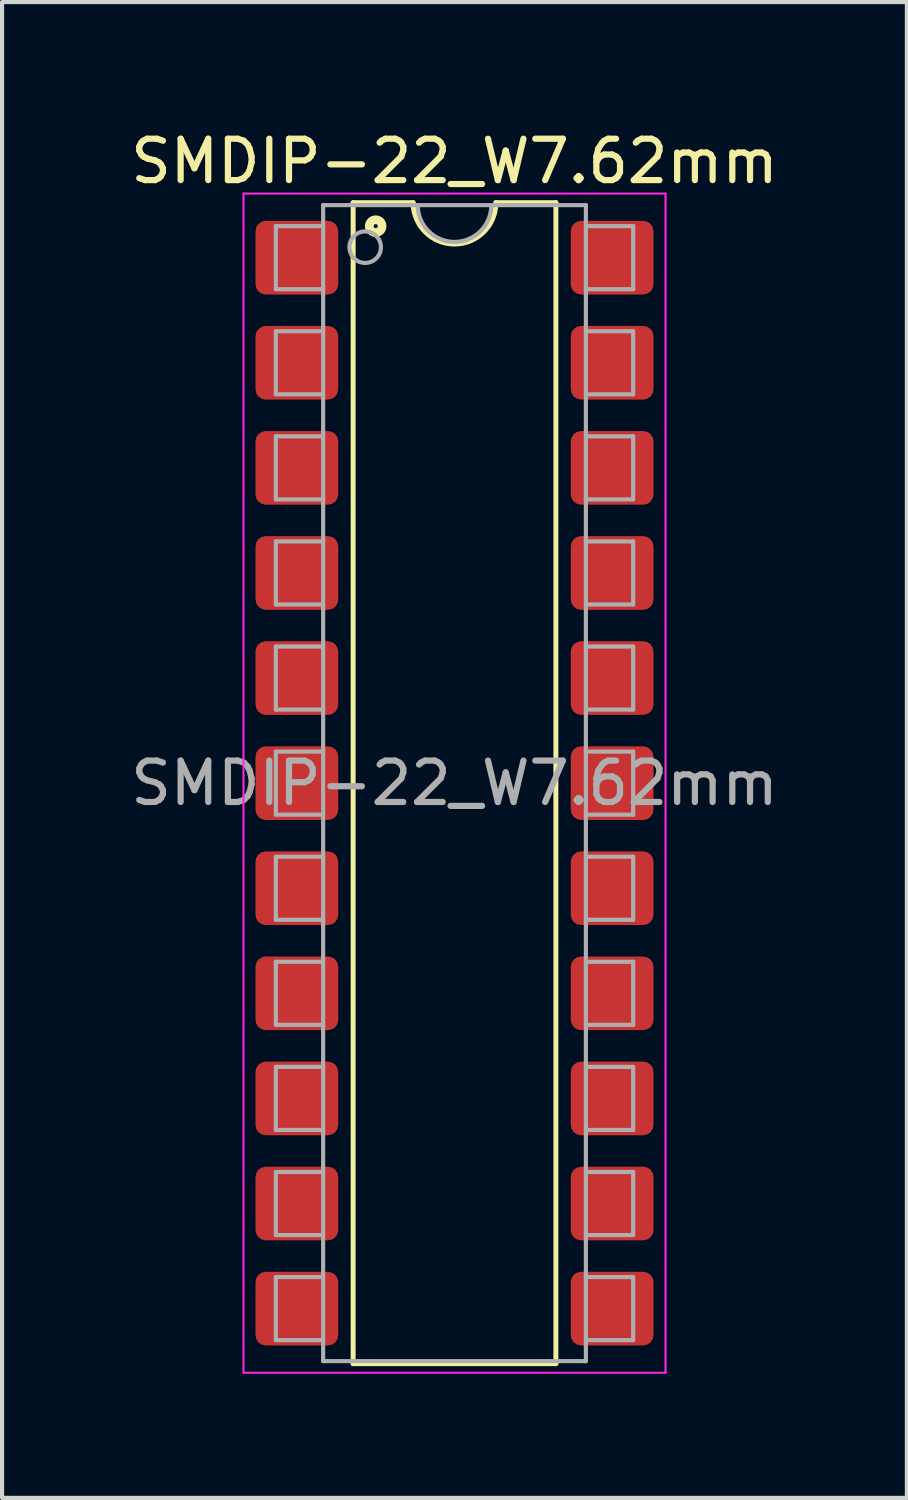
<source format=kicad_pcb>
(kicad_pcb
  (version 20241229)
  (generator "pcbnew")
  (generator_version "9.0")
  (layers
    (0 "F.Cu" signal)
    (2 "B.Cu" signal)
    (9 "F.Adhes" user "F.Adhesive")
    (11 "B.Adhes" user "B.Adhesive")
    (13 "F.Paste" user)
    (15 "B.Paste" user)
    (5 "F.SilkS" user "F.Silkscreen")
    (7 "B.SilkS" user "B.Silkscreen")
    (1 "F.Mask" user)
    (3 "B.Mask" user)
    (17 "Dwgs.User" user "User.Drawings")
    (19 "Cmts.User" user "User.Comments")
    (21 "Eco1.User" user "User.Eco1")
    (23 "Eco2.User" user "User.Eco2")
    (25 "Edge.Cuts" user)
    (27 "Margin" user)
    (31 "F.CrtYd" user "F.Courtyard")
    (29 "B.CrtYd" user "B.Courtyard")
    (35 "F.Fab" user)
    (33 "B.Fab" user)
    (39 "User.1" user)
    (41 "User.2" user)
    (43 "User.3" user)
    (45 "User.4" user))
  (footprint "SMDIP-22_W7.62mm"
    (layer "F.Cu")
    (at 7.935 15.878)
    (property "Reference" "SMDIP-22_W7.62mm" (at 0 -15.03 0) (layer "F.SilkS") (effects (font (size 1 1) (thickness 0.15))))
    (attr smd)
    (fp_line (start -2.45 -14.03) (end -2.45 14.03) (stroke (width 0.12) (type solid)) (layer "F.SilkS"))
    (fp_line (start -2.45 14.03) (end 2.45 14.03) (stroke (width 0.12) (type solid)) (layer "F.SilkS"))
    (fp_line (start -1 -14.03) (end -2.45 -14.03) (stroke (width 0.12) (type solid)) (layer "F.SilkS"))
    (fp_line (start 2.45 -14.03) (end 1 -14.03) (stroke (width 0.12) (type solid)) (layer "F.SilkS"))
    (fp_line (start 2.45 14.03) (end 2.45 -14.03) (stroke (width 0.12) (type solid)) (layer "F.SilkS"))
    (fp_arc (start 1 -14.03) (mid 0 -13.03) (end -1 -14.03) (stroke (width 0.12) (type solid)) (layer "F.SilkS"))
    (fp_circle (center -1.905 -13.462) (end -1.855 -13.462) (stroke (width 0.12) (type solid)) (fill no) (layer "F.SilkS"))
    (fp_circle (center -1.905 -13.462) (end -1.78 -13.462) (stroke (width 0.12) (type solid)) (fill no) (layer "F.SilkS"))
    (fp_circle (center -1.905 -13.462) (end -1.705 -13.462) (stroke (width 0.12) (type solid)) (fill no) (layer "F.SilkS"))
    (fp_line (start -5.1 -14.25) (end -5.1 14.25) (stroke (width 0.05) (type solid)) (layer "F.CrtYd"))
    (fp_line (start -5.1 14.25) (end 5.1 14.25) (stroke (width 0.05) (type solid)) (layer "F.CrtYd"))
    (fp_line (start 5.1 -14.25) (end -5.1 -14.25) (stroke (width 0.05) (type solid)) (layer "F.CrtYd"))
    (fp_line (start 5.1 14.25) (end 5.1 -14.25) (stroke (width 0.05) (type solid)) (layer "F.CrtYd"))
    (fp_line (start -4.318 -13.462) (end -4.318 -11.938) (stroke (width 0.1) (type solid)) (layer "F.Fab"))
    (fp_line (start -4.318 -13.462) (end -3.175 -13.462) (stroke (width 0.1) (type solid)) (layer "F.Fab"))
    (fp_line (start -4.318 -11.938) (end -3.175 -11.938) (stroke (width 0.1) (type solid)) (layer "F.Fab"))
    (fp_line (start -4.318 -10.922) (end -4.318 -9.398) (stroke (width 0.1) (type solid)) (layer "F.Fab"))
    (fp_line (start -4.318 -10.922) (end -3.175 -10.922) (stroke (width 0.1) (type solid)) (layer "F.Fab"))
    (fp_line (start -4.318 -9.398) (end -3.175 -9.398) (stroke (width 0.1) (type solid)) (layer "F.Fab"))
    (fp_line (start -4.318 -8.382) (end -4.318 -6.858) (stroke (width 0.1) (type solid)) (layer "F.Fab"))
    (fp_line (start -4.318 -8.382) (end -3.175 -8.382) (stroke (width 0.1) (type solid)) (layer "F.Fab"))
    (fp_line (start -4.318 -6.858) (end -3.175 -6.858) (stroke (width 0.1) (type solid)) (layer "F.Fab"))
    (fp_line (start -4.318 -5.842) (end -4.318 -4.318) (stroke (width 0.1) (type solid)) (layer "F.Fab"))
    (fp_line (start -4.318 -5.842) (end -3.175 -5.842) (stroke (width 0.1) (type solid)) (layer "F.Fab"))
    (fp_line (start -4.318 -4.318) (end -3.175 -4.318) (stroke (width 0.1) (type solid)) (layer "F.Fab"))
    (fp_line (start -4.318 -3.302) (end -4.318 -1.778) (stroke (width 0.1) (type solid)) (layer "F.Fab"))
    (fp_line (start -4.318 -3.302) (end -3.175 -3.302) (stroke (width 0.1) (type solid)) (layer "F.Fab"))
    (fp_line (start -4.318 -1.778) (end -3.175 -1.778) (stroke (width 0.1) (type solid)) (layer "F.Fab"))
    (fp_line (start -4.318 -0.762) (end -4.318 0.762) (stroke (width 0.1) (type solid)) (layer "F.Fab"))
    (fp_line (start -4.318 -0.762) (end -3.175 -0.762) (stroke (width 0.1) (type solid)) (layer "F.Fab"))
    (fp_line (start -4.318 0.762) (end -3.175 0.762) (stroke (width 0.1) (type solid)) (layer "F.Fab"))
    (fp_line (start -4.318 1.778) (end -4.318 3.302) (stroke (width 0.1) (type solid)) (layer "F.Fab"))
    (fp_line (start -4.318 1.778) (end -3.175 1.778) (stroke (width 0.1) (type solid)) (layer "F.Fab"))
    (fp_line (start -4.318 3.302) (end -3.175 3.302) (stroke (width 0.1) (type solid)) (layer "F.Fab"))
    (fp_line (start -4.318 4.318) (end -4.318 5.842) (stroke (width 0.1) (type solid)) (layer "F.Fab"))
    (fp_line (start -4.318 4.318) (end -3.175 4.318) (stroke (width 0.1) (type solid)) (layer "F.Fab"))
    (fp_line (start -4.318 5.842) (end -3.175 5.842) (stroke (width 0.1) (type solid)) (layer "F.Fab"))
    (fp_line (start -4.318 6.858) (end -4.318 8.382) (stroke (width 0.1) (type solid)) (layer "F.Fab"))
    (fp_line (start -4.318 6.858) (end -3.175 6.858) (stroke (width 0.1) (type solid)) (layer "F.Fab"))
    (fp_line (start -4.318 8.382) (end -3.175 8.382) (stroke (width 0.1) (type solid)) (layer "F.Fab"))
    (fp_line (start -4.318 9.398) (end -4.318 10.922) (stroke (width 0.1) (type solid)) (layer "F.Fab"))
    (fp_line (start -4.318 9.398) (end -3.175 9.398) (stroke (width 0.1) (type solid)) (layer "F.Fab"))
    (fp_line (start -4.318 10.922) (end -3.175 10.922) (stroke (width 0.1) (type solid)) (layer "F.Fab"))
    (fp_line (start -4.318 11.938) (end -4.318 13.462) (stroke (width 0.1) (type solid)) (layer "F.Fab"))
    (fp_line (start -4.318 11.938) (end -3.175 11.938) (stroke (width 0.1) (type solid)) (layer "F.Fab"))
    (fp_line (start -4.318 13.462) (end -3.175 13.462) (stroke (width 0.1) (type solid)) (layer "F.Fab"))
    (fp_line (start -3.175 -13.97) (end 3.175 -13.97) (stroke (width 0.1) (type solid)) (layer "F.Fab"))
    (fp_line (start -3.175 13.97) (end -3.175 -13.97) (stroke (width 0.1) (type solid)) (layer "F.Fab"))
    (fp_line (start 3.175 -13.97) (end 3.175 13.97) (stroke (width 0.1) (type solid)) (layer "F.Fab"))
    (fp_line (start 3.175 13.97) (end -3.175 13.97) (stroke (width 0.1) (type solid)) (layer "F.Fab"))
    (fp_line (start 4.318 -13.462) (end 3.175 -13.462) (stroke (width 0.1) (type solid)) (layer "F.Fab"))
    (fp_line (start 4.318 -11.938) (end 3.175 -11.938) (stroke (width 0.1) (type solid)) (layer "F.Fab"))
    (fp_line (start 4.318 -11.938) (end 4.318 -13.462) (stroke (width 0.1) (type solid)) (layer "F.Fab"))
    (fp_line (start 4.318 -10.922) (end 3.175 -10.922) (stroke (width 0.1) (type solid)) (layer "F.Fab"))
    (fp_line (start 4.318 -9.398) (end 3.175 -9.398) (stroke (width 0.1) (type solid)) (layer "F.Fab"))
    (fp_line (start 4.318 -9.398) (end 4.318 -10.922) (stroke (width 0.1) (type solid)) (layer "F.Fab"))
    (fp_line (start 4.318 -8.382) (end 3.175 -8.382) (stroke (width 0.1) (type solid)) (layer "F.Fab"))
    (fp_line (start 4.318 -6.858) (end 3.175 -6.858) (stroke (width 0.1) (type solid)) (layer "F.Fab"))
    (fp_line (start 4.318 -6.858) (end 4.318 -8.382) (stroke (width 0.1) (type solid)) (layer "F.Fab"))
    (fp_line (start 4.318 -5.842) (end 3.175 -5.842) (stroke (width 0.1) (type solid)) (layer "F.Fab"))
    (fp_line (start 4.318 -4.318) (end 3.175 -4.318) (stroke (width 0.1) (type solid)) (layer "F.Fab"))
    (fp_line (start 4.318 -4.318) (end 4.318 -5.842) (stroke (width 0.1) (type solid)) (layer "F.Fab"))
    (fp_line (start 4.318 -3.302) (end 3.175 -3.302) (stroke (width 0.1) (type solid)) (layer "F.Fab"))
    (fp_line (start 4.318 -1.778) (end 3.175 -1.778) (stroke (width 0.1) (type solid)) (layer "F.Fab"))
    (fp_line (start 4.318 -1.778) (end 4.318 -3.302) (stroke (width 0.1) (type solid)) (layer "F.Fab"))
    (fp_line (start 4.318 -0.762) (end 3.175 -0.762) (stroke (width 0.1) (type solid)) (layer "F.Fab"))
    (fp_line (start 4.318 0.762) (end 3.175 0.762) (stroke (width 0.1) (type solid)) (layer "F.Fab"))
    (fp_line (start 4.318 0.762) (end 4.318 -0.762) (stroke (width 0.1) (type solid)) (layer "F.Fab"))
    (fp_line (start 4.318 1.778) (end 3.175 1.778) (stroke (width 0.1) (type solid)) (layer "F.Fab"))
    (fp_line (start 4.318 3.302) (end 3.175 3.302) (stroke (width 0.1) (type solid)) (layer "F.Fab"))
    (fp_line (start 4.318 3.302) (end 4.318 1.778) (stroke (width 0.1) (type solid)) (layer "F.Fab"))
    (fp_line (start 4.318 4.318) (end 3.175 4.318) (stroke (width 0.1) (type solid)) (layer "F.Fab"))
    (fp_line (start 4.318 5.842) (end 3.175 5.842) (stroke (width 0.1) (type solid)) (layer "F.Fab"))
    (fp_line (start 4.318 5.842) (end 4.318 4.318) (stroke (width 0.1) (type solid)) (layer "F.Fab"))
    (fp_line (start 4.318 6.858) (end 3.175 6.858) (stroke (width 0.1) (type solid)) (layer "F.Fab"))
    (fp_line (start 4.318 8.382) (end 3.175 8.382) (stroke (width 0.1) (type solid)) (layer "F.Fab"))
    (fp_line (start 4.318 8.382) (end 4.318 6.858) (stroke (width 0.1) (type solid)) (layer "F.Fab"))
    (fp_line (start 4.318 9.398) (end 3.175 9.398) (stroke (width 0.1) (type solid)) (layer "F.Fab"))
    (fp_line (start 4.318 10.922) (end 3.175 10.922) (stroke (width 0.1) (type solid)) (layer "F.Fab"))
    (fp_line (start 4.318 10.922) (end 4.318 9.398) (stroke (width 0.1) (type solid)) (layer "F.Fab"))
    (fp_line (start 4.318 11.938) (end 3.175 11.938) (stroke (width 0.1) (type solid)) (layer "F.Fab"))
    (fp_line (start 4.318 13.462) (end 3.175 13.462) (stroke (width 0.1) (type solid)) (layer "F.Fab"))
    (fp_line (start 4.318 13.462) (end 4.318 11.938) (stroke (width 0.1) (type solid)) (layer "F.Fab"))
    (fp_arc (start 0.889 -13.97) (mid 0 -13.081) (end -0.889 -13.97) (stroke (width 0.1) (type solid)) (layer "F.Fab"))
    (fp_circle (center -2.159 -12.954) (end -1.778 -12.954) (stroke (width 0.1) (type solid)) (fill no) (layer "F.Fab"))
    (fp_text user "${REFERENCE}" (at 0 0 0) (layer "F.Fab") (effects (font (size 1 1) (thickness 0.15))))
    (pad "1" smd roundrect (at -3.81 -12.7) (size 2 1.78) (layers "F.Cu" "F.Mask" "F.Paste") (roundrect_rratio 0.14))
    (pad "2" smd roundrect (at -3.81 -10.16) (size 2 1.78) (layers "F.Cu" "F.Mask" "F.Paste") (roundrect_rratio 0.14))
    (pad "3" smd roundrect (at -3.81 -7.62) (size 2 1.78) (layers "F.Cu" "F.Mask" "F.Paste") (roundrect_rratio 0.14))
    (pad "4" smd roundrect (at -3.81 -5.08) (size 2 1.78) (layers "F.Cu" "F.Mask" "F.Paste") (roundrect_rratio 0.14))
    (pad "5" smd roundrect (at -3.81 -2.54) (size 2 1.78) (layers "F.Cu" "F.Mask" "F.Paste") (roundrect_rratio 0.14))
    (pad "6" smd roundrect (at -3.81 0) (size 2 1.78) (layers "F.Cu" "F.Mask" "F.Paste") (roundrect_rratio 0.14))
    (pad "7" smd roundrect (at -3.81 2.54) (size 2 1.78) (layers "F.Cu" "F.Mask" "F.Paste") (roundrect_rratio 0.14))
    (pad "8" smd roundrect (at -3.81 5.08) (size 2 1.78) (layers "F.Cu" "F.Mask" "F.Paste") (roundrect_rratio 0.14))
    (pad "9" smd roundrect (at -3.81 7.62) (size 2 1.78) (layers "F.Cu" "F.Mask" "F.Paste") (roundrect_rratio 0.14))
    (pad "10" smd roundrect (at -3.81 10.16) (size 2 1.78) (layers "F.Cu" "F.Mask" "F.Paste") (roundrect_rratio 0.14))
    (pad "11" smd roundrect (at -3.81 12.7) (size 2 1.78) (layers "F.Cu" "F.Mask" "F.Paste") (roundrect_rratio 0.14))
    (pad "12" smd roundrect (at 3.81 12.7) (size 2 1.78) (layers "F.Cu" "F.Mask" "F.Paste") (roundrect_rratio 0.14))
    (pad "13" smd roundrect (at 3.81 10.16) (size 2 1.78) (layers "F.Cu" "F.Mask" "F.Paste") (roundrect_rratio 0.14))
    (pad "14" smd roundrect (at 3.81 7.62) (size 2 1.78) (layers "F.Cu" "F.Mask" "F.Paste") (roundrect_rratio 0.14))
    (pad "15" smd roundrect (at 3.81 5.08) (size 2 1.78) (layers "F.Cu" "F.Mask" "F.Paste") (roundrect_rratio 0.14))
    (pad "16" smd roundrect (at 3.81 2.54) (size 2 1.78) (layers "F.Cu" "F.Mask" "F.Paste") (roundrect_rratio 0.14))
    (pad "17" smd roundrect (at 3.81 0) (size 2 1.78) (layers "F.Cu" "F.Mask" "F.Paste") (roundrect_rratio 0.14))
    (pad "18" smd roundrect (at 3.81 -2.54) (size 2 1.78) (layers "F.Cu" "F.Mask" "F.Paste") (roundrect_rratio 0.14))
    (pad "19" smd roundrect (at 3.81 -5.08) (size 2 1.78) (layers "F.Cu" "F.Mask" "F.Paste") (roundrect_rratio 0.14))
    (pad "20" smd roundrect (at 3.81 -7.62) (size 2 1.78) (layers "F.Cu" "F.Mask" "F.Paste") (roundrect_rratio 0.14))
    (pad "21" smd roundrect (at 3.81 -10.16) (size 2 1.78) (layers "F.Cu" "F.Mask" "F.Paste") (roundrect_rratio 0.14))
    (pad "22" smd roundrect (at 3.81 -12.7) (size 2 1.78) (layers "F.Cu" "F.Mask" "F.Paste") (roundrect_rratio 0.14)))
  (gr_rect
    (start -3 -3)
    (end 18.869 33.153)
    (stroke (width 0.1) (type default))
    (fill no)
    (layer "Edge.Cuts")))
</source>
